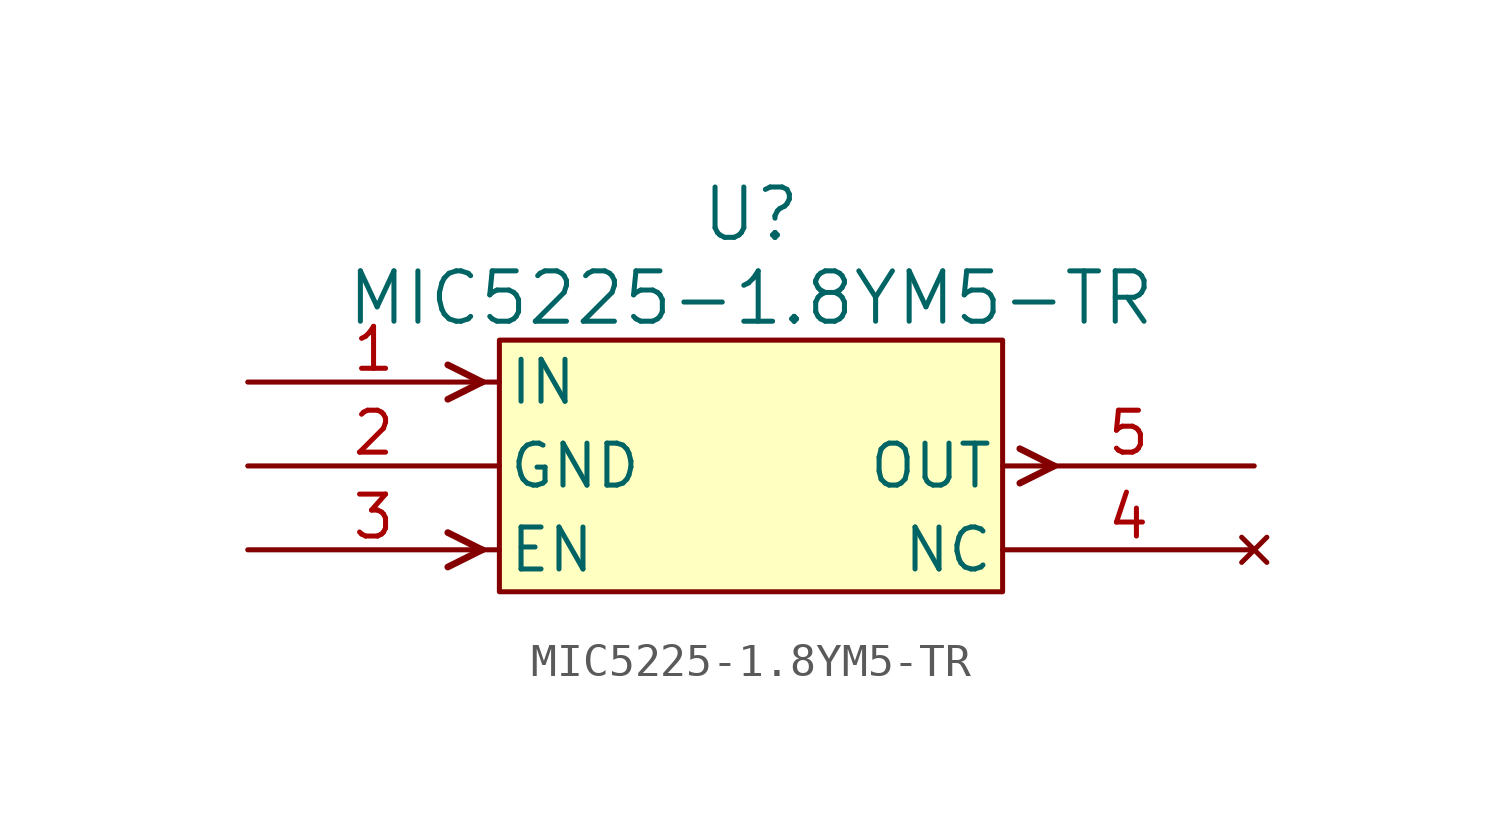
<source format=kicad_sym>
(kicad_symbol_lib
  (version 20211014)
  (generator kicad_symbol_editor)
  (symbol "MIC5225-1.8YM5-TR"
    (pin_names
      (offset 0.254))
    (property "Reference" "U"
      (at 15.24 5.08 0)
      (effects (font (size 1.524 1.524))))
    (property "Value" "MIC5225-1.8YM5-TR"
      (at 15.24 2.54 0)
      (effects (font (size 1.524 1.524))))
    (property "ki_locked" ""
      (at 0 0 0)
      (effects (font (size 1.27 1.27))))
    (symbol "MIC5225-1.8YM5-TR_0_1"
      (polyline (pts (xy 7.099 -5.08) (xy 6.058 -5.601)) (stroke (width 0.203) (type default) (color 0 0 0 0)) (fill (type none)))
      (polyline (pts (xy 7.099 -5.08) (xy 6.058 -4.559)) (stroke (width 0.203) (type default) (color 0 0 0 0)) (fill (type none)))
      (polyline (pts (xy 7.099 0) (xy 6.058 -0.521)) (stroke (width 0.203) (type default) (color 0 0 0 0)) (fill (type none)))
      (polyline (pts (xy 7.099 0) (xy 6.058 0.521)) (stroke (width 0.203) (type default) (color 0 0 0 0)) (fill (type none)))
      (polyline (pts (xy 23.381 -3.061) (xy 24.422 -2.54)) (stroke (width 0.203) (type default) (color 0 0 0 0)) (fill (type none)))
      (polyline (pts (xy 23.381 -2.019) (xy 24.422 -2.54)) (stroke (width 0.203) (type default) (color 0 0 0 0)) (fill (type none)))
      (rectangle (start 7.62 1.27) (end 22.86 -6.35) (stroke (width 0) (type default) (color 0 0 0 0)) (fill (type background)))
      (pin input line (at 0 0 0) (length 7.62) (name "IN" (effects (font (size 1.27 1.27)))) (number "1" (effects (font (size 1.27 1.27)))))
      (pin power_in line (at 0 -2.54 0) (length 7.62) (name "GND" (effects (font (size 1.27 1.27)))) (number "2" (effects (font (size 1.27 1.27)))))
      (pin input line (at 0 -5.08 0) (length 7.62) (name "EN" (effects (font (size 1.27 1.27)))) (number "3" (effects (font (size 1.27 1.27)))))
      (pin no_connect line (at 30.48 -5.08 180) (length 7.62) (name "NC" (effects (font (size 1.27 1.27)))) (number "4" (effects (font (size 1.27 1.27)))))
      (pin output line (at 30.48 -2.54 180) (length 7.62) (name "OUT" (effects (font (size 1.27 1.27)))) (number "5" (effects (font (size 1.27 1.27))))))))
</source>
